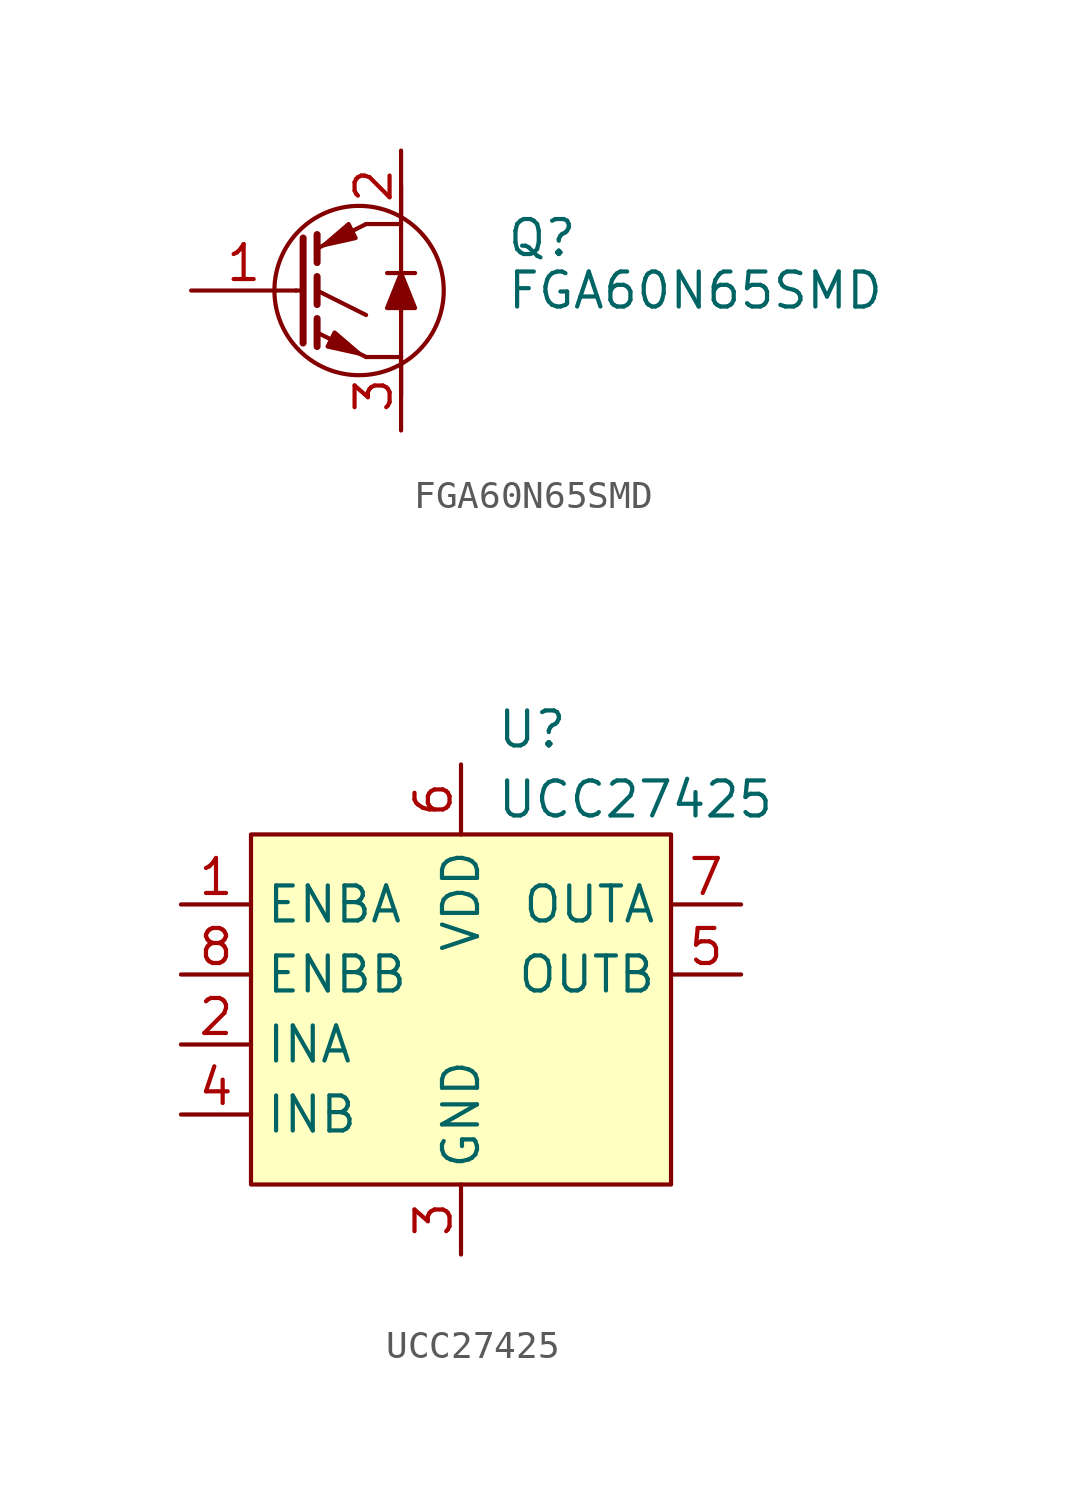
<source format=kicad_sym>
(kicad_symbol_lib
  (version 20211014)
  (generator kicad_symbol_editor)
  (symbol "FGA60N65SMD"
    (pin_names
      (offset 0) hide)
    (property "Reference" "Q"
      (at 6.35 1.905 0)
      (effects (font (size 1.27 1.27)) (justify left)))
    (property "Value" "FGA60N65SMD"
      (at 6.35 0 0)
      (effects (font (size 1.27 1.27)) (justify left)))
    (symbol "FGA60N65SMD_0_1"
      (polyline (pts (xy -1.27 0) (xy -1.016 0)) (stroke (width 0) (type default) (color 0 0 0 0)) (fill (type none)))
      (polyline (pts (xy 1.27 -2.413) (xy 2.54 -2.413)) (stroke (width 0) (type default) (color 0 0 0 0)) (fill (type none)))
      (polyline (pts (xy 1.27 2.413) (xy 2.54 2.413)) (stroke (width 0) (type default) (color 0 0 0 0)) (fill (type none)))
      (polyline (pts (xy 2.032 0.635) (xy 3.048 0.635)) (stroke (width 0) (type default) (color 0 0 0 0)) (fill (type none)))
      (polyline (pts (xy 2.54 3.81) (xy 2.54 -3.81)) (stroke (width 0) (type default) (color 0 0 0 0)) (fill (type none)))
      (polyline (pts (xy 2.54 0.635) (xy 2.032 -0.635) (xy 3.048 -0.635) (xy 2.54 0.635)) (stroke (width 0) (type default) (color 0 0 0 0)) (fill (type outline)))
      (circle (center 1.016 0) (radius 3.073) (stroke (width 0) (type default) (color 0 0 0 0)) (fill (type none))))
    (symbol "FGA60N65SMD_1_1"
      (polyline (pts (xy -0.508 -1.016) (xy -0.508 -2.032)) (stroke (width 0.254) (type default) (color 0 0 0 0)) (fill (type none)))
      (polyline (pts (xy -0.508 0.508) (xy -0.508 -0.508)) (stroke (width 0.254) (type default) (color 0 0 0 0)) (fill (type none)))
      (polyline (pts (xy -0.508 2.032) (xy -0.508 1.016)) (stroke (width 0.254) (type default) (color 0 0 0 0)) (fill (type none)))
      (polyline (pts (xy 1.27 -2.413) (xy -0.508 -1.524)) (stroke (width 0) (type default) (color 0 0 0 0)) (fill (type none)))
      (polyline (pts (xy 1.27 -0.889) (xy -0.508 0)) (stroke (width 0) (type default) (color 0 0 0 0)) (fill (type none)))
      (polyline (pts (xy 1.27 2.413) (xy -0.508 1.524)) (stroke (width 0) (type default) (color 0 0 0 0)) (fill (type none)))
      (polyline (pts (xy -1.016 1.905) (xy -1.016 -1.905) (xy -1.016 -1.905)) (stroke (width 0.254) (type default) (color 0 0 0 0)) (fill (type none)))
      (polyline (pts (xy -0.127 -2.032) (xy 0.127 -1.524) (xy 1.016 -2.286) (xy -0.127 -2.032)) (stroke (width 0) (type default) (color 0 0 0 0)) (fill (type outline)))
      (polyline (pts (xy 0.889 1.905) (xy 0.635 2.413) (xy -0.254 1.651) (xy 0.889 1.905)) (stroke (width 0) (type default) (color 0 0 0 0)) (fill (type outline)))
      (pin input line (at -5.08 0 0) (length 3.81) (name "G" (effects (font (size 1.27 1.27)))) (number "1" (effects (font (size 1.27 1.27)))))
      (pin passive line (at 2.54 5.08 270) (length 2.54) (name "C" (effects (font (size 1.27 1.27)))) (number "2" (effects (font (size 1.27 1.27)))))
      (pin passive line (at 2.54 -5.08 90) (length 2.54) (name "E" (effects (font (size 1.27 1.27)))) (number "3" (effects (font (size 1.27 1.27)))))))
  (symbol "UCC27425"
    (property "Reference" "U"
      (at 1.27 12.7 0)
      (effects (font (size 1.27 1.27)) (justify left)))
    (property "Value" "UCC27425"
      (at 1.27 10.16 0)
      (effects (font (size 1.27 1.27)) (justify left)))
    (symbol "UCC27425_0_1"
      (rectangle (start -7.62 8.89) (end 7.62 -3.81) (stroke (width 0) (type default) (color 0 0 0 0)) (fill (type background))))
    (symbol "UCC27425_1_1"
      (pin input line (at -10.16 6.35 0) (length 2.54) (name "ENBA" (effects (font (size 1.27 1.27)))) (number "1" (effects (font (size 1.27 1.27)))))
      (pin input line (at -10.16 1.27 0) (length 2.54) (name "INA" (effects (font (size 1.27 1.27)))) (number "2" (effects (font (size 1.27 1.27)))))
      (pin power_in line (at 0 -6.35 90) (length 2.54) (name "GND" (effects (font (size 1.27 1.27)))) (number "3" (effects (font (size 1.27 1.27)))))
      (pin input line (at -10.16 -1.27 0) (length 2.54) (name "INB" (effects (font (size 1.27 1.27)))) (number "4" (effects (font (size 1.27 1.27)))))
      (pin output line (at 10.16 3.81 180) (length 2.54) (name "OUTB" (effects (font (size 1.27 1.27)))) (number "5" (effects (font (size 1.27 1.27)))))
      (pin power_in line (at 0 11.43 270) (length 2.54) (name "VDD" (effects (font (size 1.27 1.27)))) (number "6" (effects (font (size 1.27 1.27)))))
      (pin output line (at 10.16 6.35 180) (length 2.54) (name "OUTA" (effects (font (size 1.27 1.27)))) (number "7" (effects (font (size 1.27 1.27)))))
      (pin input line (at -10.16 3.81 0) (length 2.54) (name "ENBB" (effects (font (size 1.27 1.27)))) (number "8" (effects (font (size 1.27 1.27))))))))
</source>
